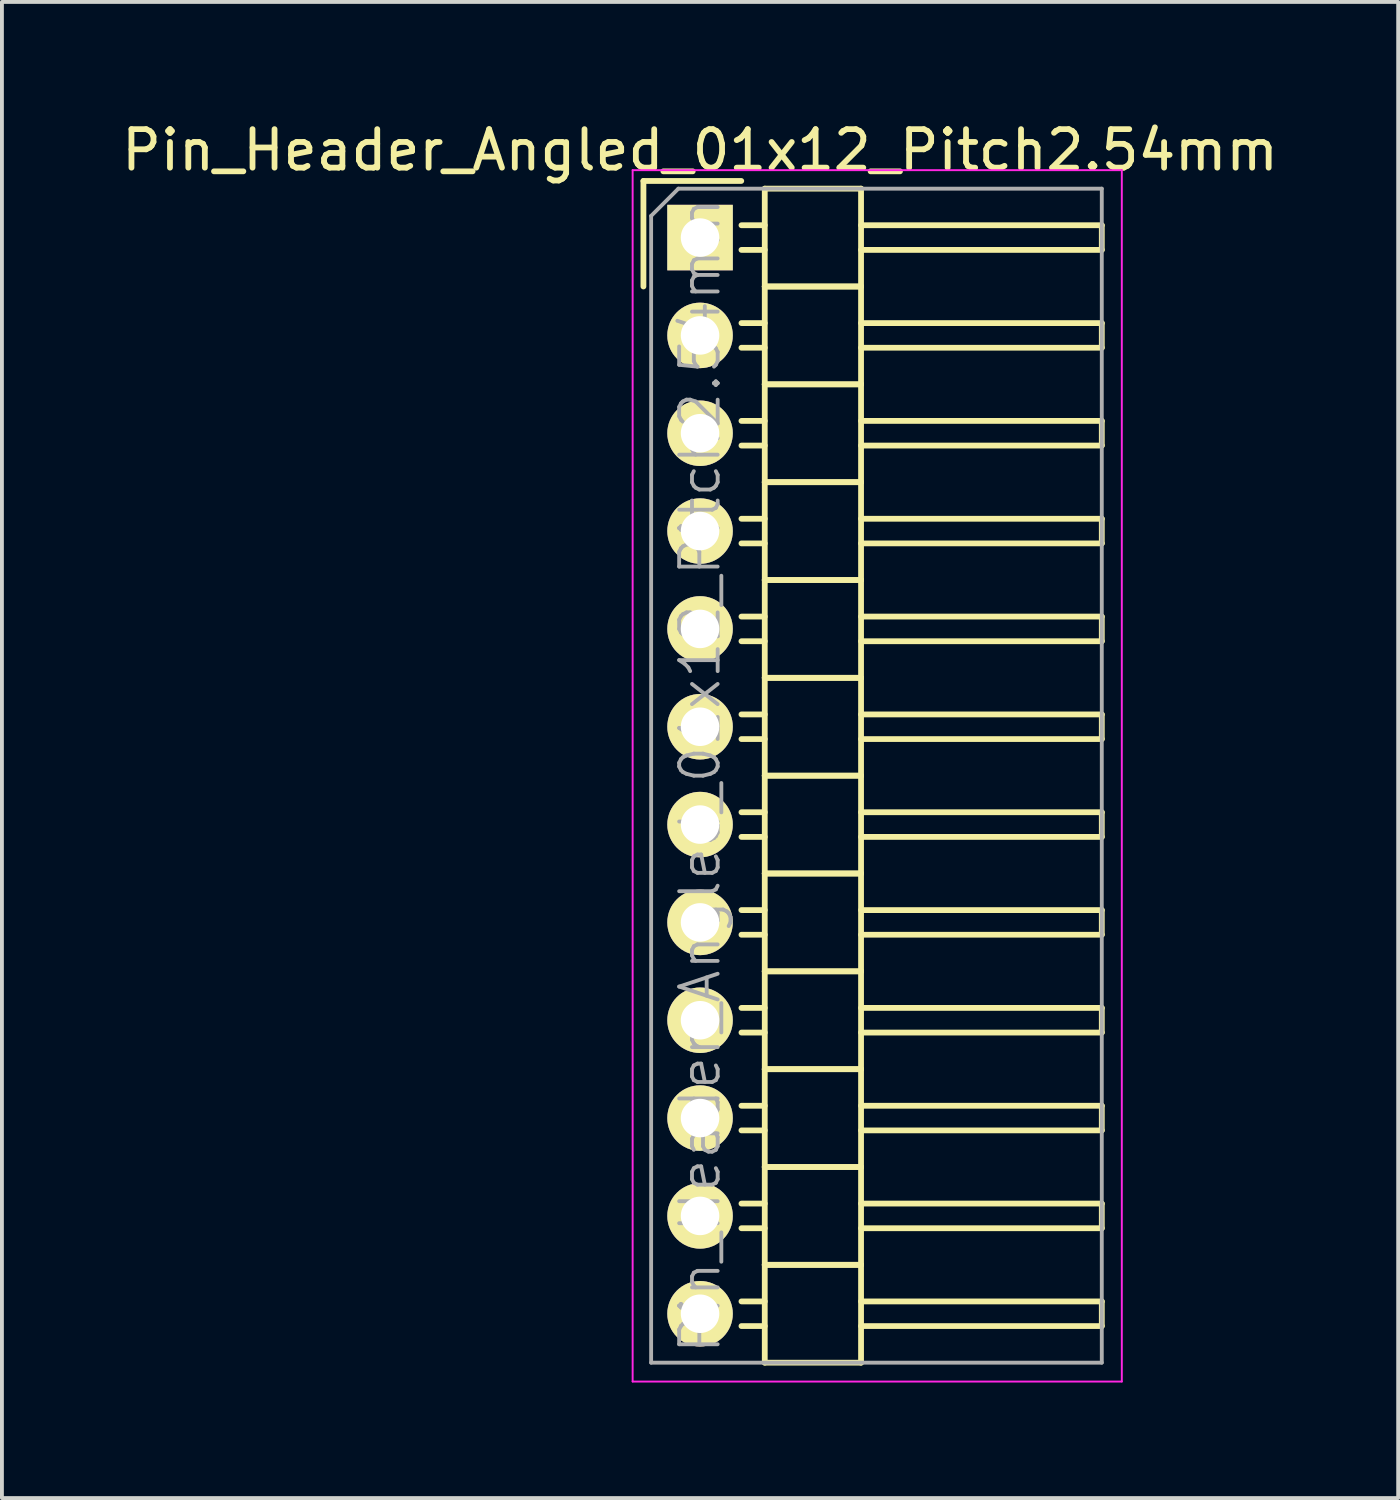
<source format=kicad_pcb>
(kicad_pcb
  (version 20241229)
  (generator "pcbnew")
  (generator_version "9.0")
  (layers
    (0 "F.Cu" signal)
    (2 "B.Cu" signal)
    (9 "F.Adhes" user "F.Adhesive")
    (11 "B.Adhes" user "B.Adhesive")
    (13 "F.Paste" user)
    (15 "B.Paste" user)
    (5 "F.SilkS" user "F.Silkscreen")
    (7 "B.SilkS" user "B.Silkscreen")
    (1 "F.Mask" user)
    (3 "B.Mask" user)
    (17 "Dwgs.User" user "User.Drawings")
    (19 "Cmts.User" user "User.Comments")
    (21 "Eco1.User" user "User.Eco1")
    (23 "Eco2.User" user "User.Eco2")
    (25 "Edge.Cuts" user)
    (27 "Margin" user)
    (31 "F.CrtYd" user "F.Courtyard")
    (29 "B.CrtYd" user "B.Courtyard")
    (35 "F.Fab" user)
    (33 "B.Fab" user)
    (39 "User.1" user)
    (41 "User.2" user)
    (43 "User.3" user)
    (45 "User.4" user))
  (footprint "Pin_Header_Angled_01x12_Pitch2.54mm"
    (layer "F.Cu")
    (at 15.125 3.118)
    (property "Reference" "Pin_Header_Angled_01x12_Pitch2.54mm" (at 0 -2.27 0) (layer "F.SilkS") (effects (font (size 1 1) (thickness 0.15))))
    (attr smd)
    (fp_line (start -1.47 -1.47) (end -1.47 1.27) (stroke (width 0.15) (type solid)) (layer "F.SilkS"))
    (fp_line (start -1.47 -1.47) (end 1.07 -1.47) (stroke (width 0.15) (type solid)) (layer "F.SilkS"))
    (fp_line (start 1.68 -0.32) (end 1.075 -0.32) (stroke (width 0.15) (type solid)) (layer "F.SilkS"))
    (fp_line (start 1.68 0.32) (end 1.075 0.32) (stroke (width 0.15) (type solid)) (layer "F.SilkS"))
    (fp_line (start 1.68 1.27) (end 1.68 -1.27) (stroke (width 0.15) (type solid)) (layer "F.SilkS"))
    (fp_line (start 1.68 2.22) (end 1.075 2.22) (stroke (width 0.15) (type solid)) (layer "F.SilkS"))
    (fp_line (start 1.68 2.86) (end 1.075 2.86) (stroke (width 0.15) (type solid)) (layer "F.SilkS"))
    (fp_line (start 1.68 3.81) (end 1.68 1.27) (stroke (width 0.15) (type solid)) (layer "F.SilkS"))
    (fp_line (start 1.68 4.76) (end 1.075 4.76) (stroke (width 0.15) (type solid)) (layer "F.SilkS"))
    (fp_line (start 1.68 5.4) (end 1.075 5.4) (stroke (width 0.15) (type solid)) (layer "F.SilkS"))
    (fp_line (start 1.68 6.35) (end 1.68 3.81) (stroke (width 0.15) (type solid)) (layer "F.SilkS"))
    (fp_line (start 1.68 7.3) (end 1.075 7.3) (stroke (width 0.15) (type solid)) (layer "F.SilkS"))
    (fp_line (start 1.68 7.94) (end 1.075 7.94) (stroke (width 0.15) (type solid)) (layer "F.SilkS"))
    (fp_line (start 1.68 8.89) (end 1.68 6.35) (stroke (width 0.15) (type solid)) (layer "F.SilkS"))
    (fp_line (start 1.68 9.84) (end 1.075 9.84) (stroke (width 0.15) (type solid)) (layer "F.SilkS"))
    (fp_line (start 1.68 10.48) (end 1.075 10.48) (stroke (width 0.15) (type solid)) (layer "F.SilkS"))
    (fp_line (start 1.68 11.43) (end 1.68 8.89) (stroke (width 0.15) (type solid)) (layer "F.SilkS"))
    (fp_line (start 1.68 12.38) (end 1.075 12.38) (stroke (width 0.15) (type solid)) (layer "F.SilkS"))
    (fp_line (start 1.68 13.02) (end 1.075 13.02) (stroke (width 0.15) (type solid)) (layer "F.SilkS"))
    (fp_line (start 1.68 13.97) (end 1.68 11.43) (stroke (width 0.15) (type solid)) (layer "F.SilkS"))
    (fp_line (start 1.68 14.92) (end 1.075 14.92) (stroke (width 0.15) (type solid)) (layer "F.SilkS"))
    (fp_line (start 1.68 15.56) (end 1.075 15.56) (stroke (width 0.15) (type solid)) (layer "F.SilkS"))
    (fp_line (start 1.68 16.51) (end 1.68 13.97) (stroke (width 0.15) (type solid)) (layer "F.SilkS"))
    (fp_line (start 1.68 17.46) (end 1.075 17.46) (stroke (width 0.15) (type solid)) (layer "F.SilkS"))
    (fp_line (start 1.68 18.1) (end 1.075 18.1) (stroke (width 0.15) (type solid)) (layer "F.SilkS"))
    (fp_line (start 1.68 19.05) (end 1.68 16.51) (stroke (width 0.15) (type solid)) (layer "F.SilkS"))
    (fp_line (start 1.68 20) (end 1.075 20) (stroke (width 0.15) (type solid)) (layer "F.SilkS"))
    (fp_line (start 1.68 20.64) (end 1.075 20.64) (stroke (width 0.15) (type solid)) (layer "F.SilkS"))
    (fp_line (start 1.68 21.59) (end 1.68 19.05) (stroke (width 0.15) (type solid)) (layer "F.SilkS"))
    (fp_line (start 1.68 22.54) (end 1.075 22.54) (stroke (width 0.15) (type solid)) (layer "F.SilkS"))
    (fp_line (start 1.68 23.18) (end 1.075 23.18) (stroke (width 0.15) (type solid)) (layer "F.SilkS"))
    (fp_line (start 1.68 24.13) (end 1.68 21.59) (stroke (width 0.15) (type solid)) (layer "F.SilkS"))
    (fp_line (start 1.68 25.08) (end 1.075 25.08) (stroke (width 0.15) (type solid)) (layer "F.SilkS"))
    (fp_line (start 1.68 25.72) (end 1.075 25.72) (stroke (width 0.15) (type solid)) (layer "F.SilkS"))
    (fp_line (start 1.68 26.67) (end 1.68 24.13) (stroke (width 0.15) (type solid)) (layer "F.SilkS"))
    (fp_line (start 1.68 27.62) (end 1.075 27.62) (stroke (width 0.15) (type solid)) (layer "F.SilkS"))
    (fp_line (start 1.68 28.26) (end 1.075 28.26) (stroke (width 0.15) (type solid)) (layer "F.SilkS"))
    (fp_line (start 1.68 29.21) (end 1.68 26.67) (stroke (width 0.15) (type solid)) (layer "F.SilkS"))
    (fp_line (start 4.18 -1.27) (end 1.68 -1.27) (stroke (width 0.15) (type solid)) (layer "F.SilkS"))
    (fp_line (start 4.18 -0.32) (end 10.43 -0.32) (stroke (width 0.15) (type solid)) (layer "F.SilkS"))
    (fp_line (start 4.18 0.32) (end 10.43 0.32) (stroke (width 0.15) (type solid)) (layer "F.SilkS"))
    (fp_line (start 4.18 1.27) (end 1.68 1.27) (stroke (width 0.15) (type solid)) (layer "F.SilkS"))
    (fp_line (start 4.18 1.27) (end 1.68 1.27) (stroke (width 0.15) (type solid)) (layer "F.SilkS"))
    (fp_line (start 4.18 1.27) (end 4.18 -1.27) (stroke (width 0.15) (type solid)) (layer "F.SilkS"))
    (fp_line (start 4.18 2.22) (end 10.43 2.22) (stroke (width 0.15) (type solid)) (layer "F.SilkS"))
    (fp_line (start 4.18 2.86) (end 10.43 2.86) (stroke (width 0.15) (type solid)) (layer "F.SilkS"))
    (fp_line (start 4.18 3.81) (end 1.68 3.81) (stroke (width 0.15) (type solid)) (layer "F.SilkS"))
    (fp_line (start 4.18 3.81) (end 1.68 3.81) (stroke (width 0.15) (type solid)) (layer "F.SilkS"))
    (fp_line (start 4.18 3.81) (end 4.18 1.27) (stroke (width 0.15) (type solid)) (layer "F.SilkS"))
    (fp_line (start 4.18 4.76) (end 10.43 4.76) (stroke (width 0.15) (type solid)) (layer "F.SilkS"))
    (fp_line (start 4.18 5.4) (end 10.43 5.4) (stroke (width 0.15) (type solid)) (layer "F.SilkS"))
    (fp_line (start 4.18 6.35) (end 1.68 6.35) (stroke (width 0.15) (type solid)) (layer "F.SilkS"))
    (fp_line (start 4.18 6.35) (end 1.68 6.35) (stroke (width 0.15) (type solid)) (layer "F.SilkS"))
    (fp_line (start 4.18 6.35) (end 4.18 3.81) (stroke (width 0.15) (type solid)) (layer "F.SilkS"))
    (fp_line (start 4.18 7.3) (end 10.43 7.3) (stroke (width 0.15) (type solid)) (layer "F.SilkS"))
    (fp_line (start 4.18 7.94) (end 10.43 7.94) (stroke (width 0.15) (type solid)) (layer "F.SilkS"))
    (fp_line (start 4.18 8.89) (end 1.68 8.89) (stroke (width 0.15) (type solid)) (layer "F.SilkS"))
    (fp_line (start 4.18 8.89) (end 1.68 8.89) (stroke (width 0.15) (type solid)) (layer "F.SilkS"))
    (fp_line (start 4.18 8.89) (end 4.18 6.35) (stroke (width 0.15) (type solid)) (layer "F.SilkS"))
    (fp_line (start 4.18 9.84) (end 10.43 9.84) (stroke (width 0.15) (type solid)) (layer "F.SilkS"))
    (fp_line (start 4.18 10.48) (end 10.43 10.48) (stroke (width 0.15) (type solid)) (layer "F.SilkS"))
    (fp_line (start 4.18 11.43) (end 1.68 11.43) (stroke (width 0.15) (type solid)) (layer "F.SilkS"))
    (fp_line (start 4.18 11.43) (end 1.68 11.43) (stroke (width 0.15) (type solid)) (layer "F.SilkS"))
    (fp_line (start 4.18 11.43) (end 4.18 8.89) (stroke (width 0.15) (type solid)) (layer "F.SilkS"))
    (fp_line (start 4.18 12.38) (end 10.43 12.38) (stroke (width 0.15) (type solid)) (layer "F.SilkS"))
    (fp_line (start 4.18 13.02) (end 10.43 13.02) (stroke (width 0.15) (type solid)) (layer "F.SilkS"))
    (fp_line (start 4.18 13.97) (end 1.68 13.97) (stroke (width 0.15) (type solid)) (layer "F.SilkS"))
    (fp_line (start 4.18 13.97) (end 1.68 13.97) (stroke (width 0.15) (type solid)) (layer "F.SilkS"))
    (fp_line (start 4.18 13.97) (end 4.18 11.43) (stroke (width 0.15) (type solid)) (layer "F.SilkS"))
    (fp_line (start 4.18 14.92) (end 10.43 14.92) (stroke (width 0.15) (type solid)) (layer "F.SilkS"))
    (fp_line (start 4.18 15.56) (end 10.43 15.56) (stroke (width 0.15) (type solid)) (layer "F.SilkS"))
    (fp_line (start 4.18 16.51) (end 1.68 16.51) (stroke (width 0.15) (type solid)) (layer "F.SilkS"))
    (fp_line (start 4.18 16.51) (end 1.68 16.51) (stroke (width 0.15) (type solid)) (layer "F.SilkS"))
    (fp_line (start 4.18 16.51) (end 4.18 13.97) (stroke (width 0.15) (type solid)) (layer "F.SilkS"))
    (fp_line (start 4.18 17.46) (end 10.43 17.46) (stroke (width 0.15) (type solid)) (layer "F.SilkS"))
    (fp_line (start 4.18 18.1) (end 10.43 18.1) (stroke (width 0.15) (type solid)) (layer "F.SilkS"))
    (fp_line (start 4.18 19.05) (end 1.68 19.05) (stroke (width 0.15) (type solid)) (layer "F.SilkS"))
    (fp_line (start 4.18 19.05) (end 1.68 19.05) (stroke (width 0.15) (type solid)) (layer "F.SilkS"))
    (fp_line (start 4.18 19.05) (end 4.18 16.51) (stroke (width 0.15) (type solid)) (layer "F.SilkS"))
    (fp_line (start 4.18 20) (end 10.43 20) (stroke (width 0.15) (type solid)) (layer "F.SilkS"))
    (fp_line (start 4.18 20.64) (end 10.43 20.64) (stroke (width 0.15) (type solid)) (layer "F.SilkS"))
    (fp_line (start 4.18 21.59) (end 1.68 21.59) (stroke (width 0.15) (type solid)) (layer "F.SilkS"))
    (fp_line (start 4.18 21.59) (end 1.68 21.59) (stroke (width 0.15) (type solid)) (layer "F.SilkS"))
    (fp_line (start 4.18 21.59) (end 4.18 19.05) (stroke (width 0.15) (type solid)) (layer "F.SilkS"))
    (fp_line (start 4.18 22.54) (end 10.43 22.54) (stroke (width 0.15) (type solid)) (layer "F.SilkS"))
    (fp_line (start 4.18 23.18) (end 10.43 23.18) (stroke (width 0.15) (type solid)) (layer "F.SilkS"))
    (fp_line (start 4.18 24.13) (end 1.68 24.13) (stroke (width 0.15) (type solid)) (layer "F.SilkS"))
    (fp_line (start 4.18 24.13) (end 1.68 24.13) (stroke (width 0.15) (type solid)) (layer "F.SilkS"))
    (fp_line (start 4.18 24.13) (end 4.18 21.59) (stroke (width 0.15) (type solid)) (layer "F.SilkS"))
    (fp_line (start 4.18 25.08) (end 10.43 25.08) (stroke (width 0.15) (type solid)) (layer "F.SilkS"))
    (fp_line (start 4.18 25.72) (end 10.43 25.72) (stroke (width 0.15) (type solid)) (layer "F.SilkS"))
    (fp_line (start 4.18 26.67) (end 1.68 26.67) (stroke (width 0.15) (type solid)) (layer "F.SilkS"))
    (fp_line (start 4.18 26.67) (end 1.68 26.67) (stroke (width 0.15) (type solid)) (layer "F.SilkS"))
    (fp_line (start 4.18 26.67) (end 4.18 24.13) (stroke (width 0.15) (type solid)) (layer "F.SilkS"))
    (fp_line (start 4.18 27.62) (end 10.43 27.62) (stroke (width 0.15) (type solid)) (layer "F.SilkS"))
    (fp_line (start 4.18 28.26) (end 10.43 28.26) (stroke (width 0.15) (type solid)) (layer "F.SilkS"))
    (fp_line (start 4.18 29.21) (end 1.68 29.21) (stroke (width 0.15) (type solid)) (layer "F.SilkS"))
    (fp_line (start 4.18 29.21) (end 4.18 26.67) (stroke (width 0.15) (type solid)) (layer "F.SilkS"))
    (fp_line (start 10.43 0.32) (end 10.43 -0.32) (stroke (width 0.15) (type solid)) (layer "F.SilkS"))
    (fp_line (start 10.43 2.86) (end 10.43 2.22) (stroke (width 0.15) (type solid)) (layer "F.SilkS"))
    (fp_line (start 10.43 5.4) (end 10.43 4.76) (stroke (width 0.15) (type solid)) (layer "F.SilkS"))
    (fp_line (start 10.43 7.94) (end 10.43 7.3) (stroke (width 0.15) (type solid)) (layer "F.SilkS"))
    (fp_line (start 10.43 10.48) (end 10.43 9.84) (stroke (width 0.15) (type solid)) (layer "F.SilkS"))
    (fp_line (start 10.43 13.02) (end 10.43 12.38) (stroke (width 0.15) (type solid)) (layer "F.SilkS"))
    (fp_line (start 10.43 15.56) (end 10.43 14.92) (stroke (width 0.15) (type solid)) (layer "F.SilkS"))
    (fp_line (start 10.43 18.1) (end 10.43 17.46) (stroke (width 0.15) (type solid)) (layer "F.SilkS"))
    (fp_line (start 10.43 20.64) (end 10.43 20) (stroke (width 0.15) (type solid)) (layer "F.SilkS"))
    (fp_line (start 10.43 23.18) (end 10.43 22.54) (stroke (width 0.15) (type solid)) (layer "F.SilkS"))
    (fp_line (start 10.43 25.72) (end 10.43 25.08) (stroke (width 0.15) (type solid)) (layer "F.SilkS"))
    (fp_line (start 10.43 28.26) (end 10.43 27.62) (stroke (width 0.15) (type solid)) (layer "F.SilkS"))
    (fp_line (start -1.75 -1.75) (end -1.75 29.7) (stroke (width 0.05) (type solid)) (layer "F.CrtYd"))
    (fp_line (start 10.95 -1.75) (end -1.75 -1.75) (stroke (width 0.05) (type solid)) (layer "F.CrtYd"))
    (fp_line (start 10.95 -1.75) (end 10.95 29.7) (stroke (width 0.05) (type solid)) (layer "F.CrtYd"))
    (fp_line (start 10.95 29.7) (end -1.75 29.7) (stroke (width 0.05) (type solid)) (layer "F.CrtYd"))
    (fp_line (start -1.27 -0.563) (end -0.563 -1.27) (stroke (width 0.1) (type solid)) (layer "F.Fab"))
    (fp_line (start -1.27 29.21) (end -1.27 -0.563) (stroke (width 0.1) (type solid)) (layer "F.Fab"))
    (fp_line (start 10.43 -1.27) (end -0.563 -1.27) (stroke (width 0.1) (type solid)) (layer "F.Fab"))
    (fp_line (start 10.43 29.21) (end -1.27 29.21) (stroke (width 0.1) (type solid)) (layer "F.Fab"))
    (fp_line (start 10.43 29.21) (end 10.43 -1.27) (stroke (width 0.1) (type solid)) (layer "F.Fab"))
    (fp_text user "${REFERENCE}" (at 0 13.97 90) (layer "F.Fab") (effects (font (size 1 1) (thickness 0.1))))
    (pad "1" thru_hole rect (at 0 0) (size 1.7 1.7) (drill 1) (layers "*.Cu" "*.Mask" "F.SilkS"))
    (pad "2" thru_hole oval (at 0 2.54) (size 1.7 1.7) (drill 1) (layers "*.Cu" "*.Mask" "F.SilkS"))
    (pad "3" thru_hole oval (at 0 5.08) (size 1.7 1.7) (drill 1) (layers "*.Cu" "*.Mask" "F.SilkS"))
    (pad "4" thru_hole oval (at 0 7.62) (size 1.7 1.7) (drill 1) (layers "*.Cu" "*.Mask" "F.SilkS"))
    (pad "5" thru_hole oval (at 0 10.16) (size 1.7 1.7) (drill 1) (layers "*.Cu" "*.Mask" "F.SilkS"))
    (pad "6" thru_hole oval (at 0 12.7) (size 1.7 1.7) (drill 1) (layers "*.Cu" "*.Mask" "F.SilkS"))
    (pad "7" thru_hole oval (at 0 15.24) (size 1.7 1.7) (drill 1) (layers "*.Cu" "*.Mask" "F.SilkS"))
    (pad "8" thru_hole oval (at 0 17.78) (size 1.7 1.7) (drill 1) (layers "*.Cu" "*.Mask" "F.SilkS"))
    (pad "9" thru_hole oval (at 0 20.32) (size 1.7 1.7) (drill 1) (layers "*.Cu" "*.Mask" "F.SilkS"))
    (pad "10" thru_hole oval (at 0 22.86) (size 1.7 1.7) (drill 1) (layers "*.Cu" "*.Mask" "F.SilkS"))
    (pad "11" thru_hole oval (at 0 25.4) (size 1.7 1.7) (drill 1) (layers "*.Cu" "*.Mask" "F.SilkS"))
    (pad "12" thru_hole oval (at 0 27.94) (size 1.7 1.7) (drill 1) (layers "*.Cu" "*.Mask" "F.SilkS")))
  (gr_rect
    (start -3 -3)
    (end 33.25 35.843)
    (stroke (width 0.1) (type default))
    (fill no)
    (layer "Edge.Cuts")))
</source>
